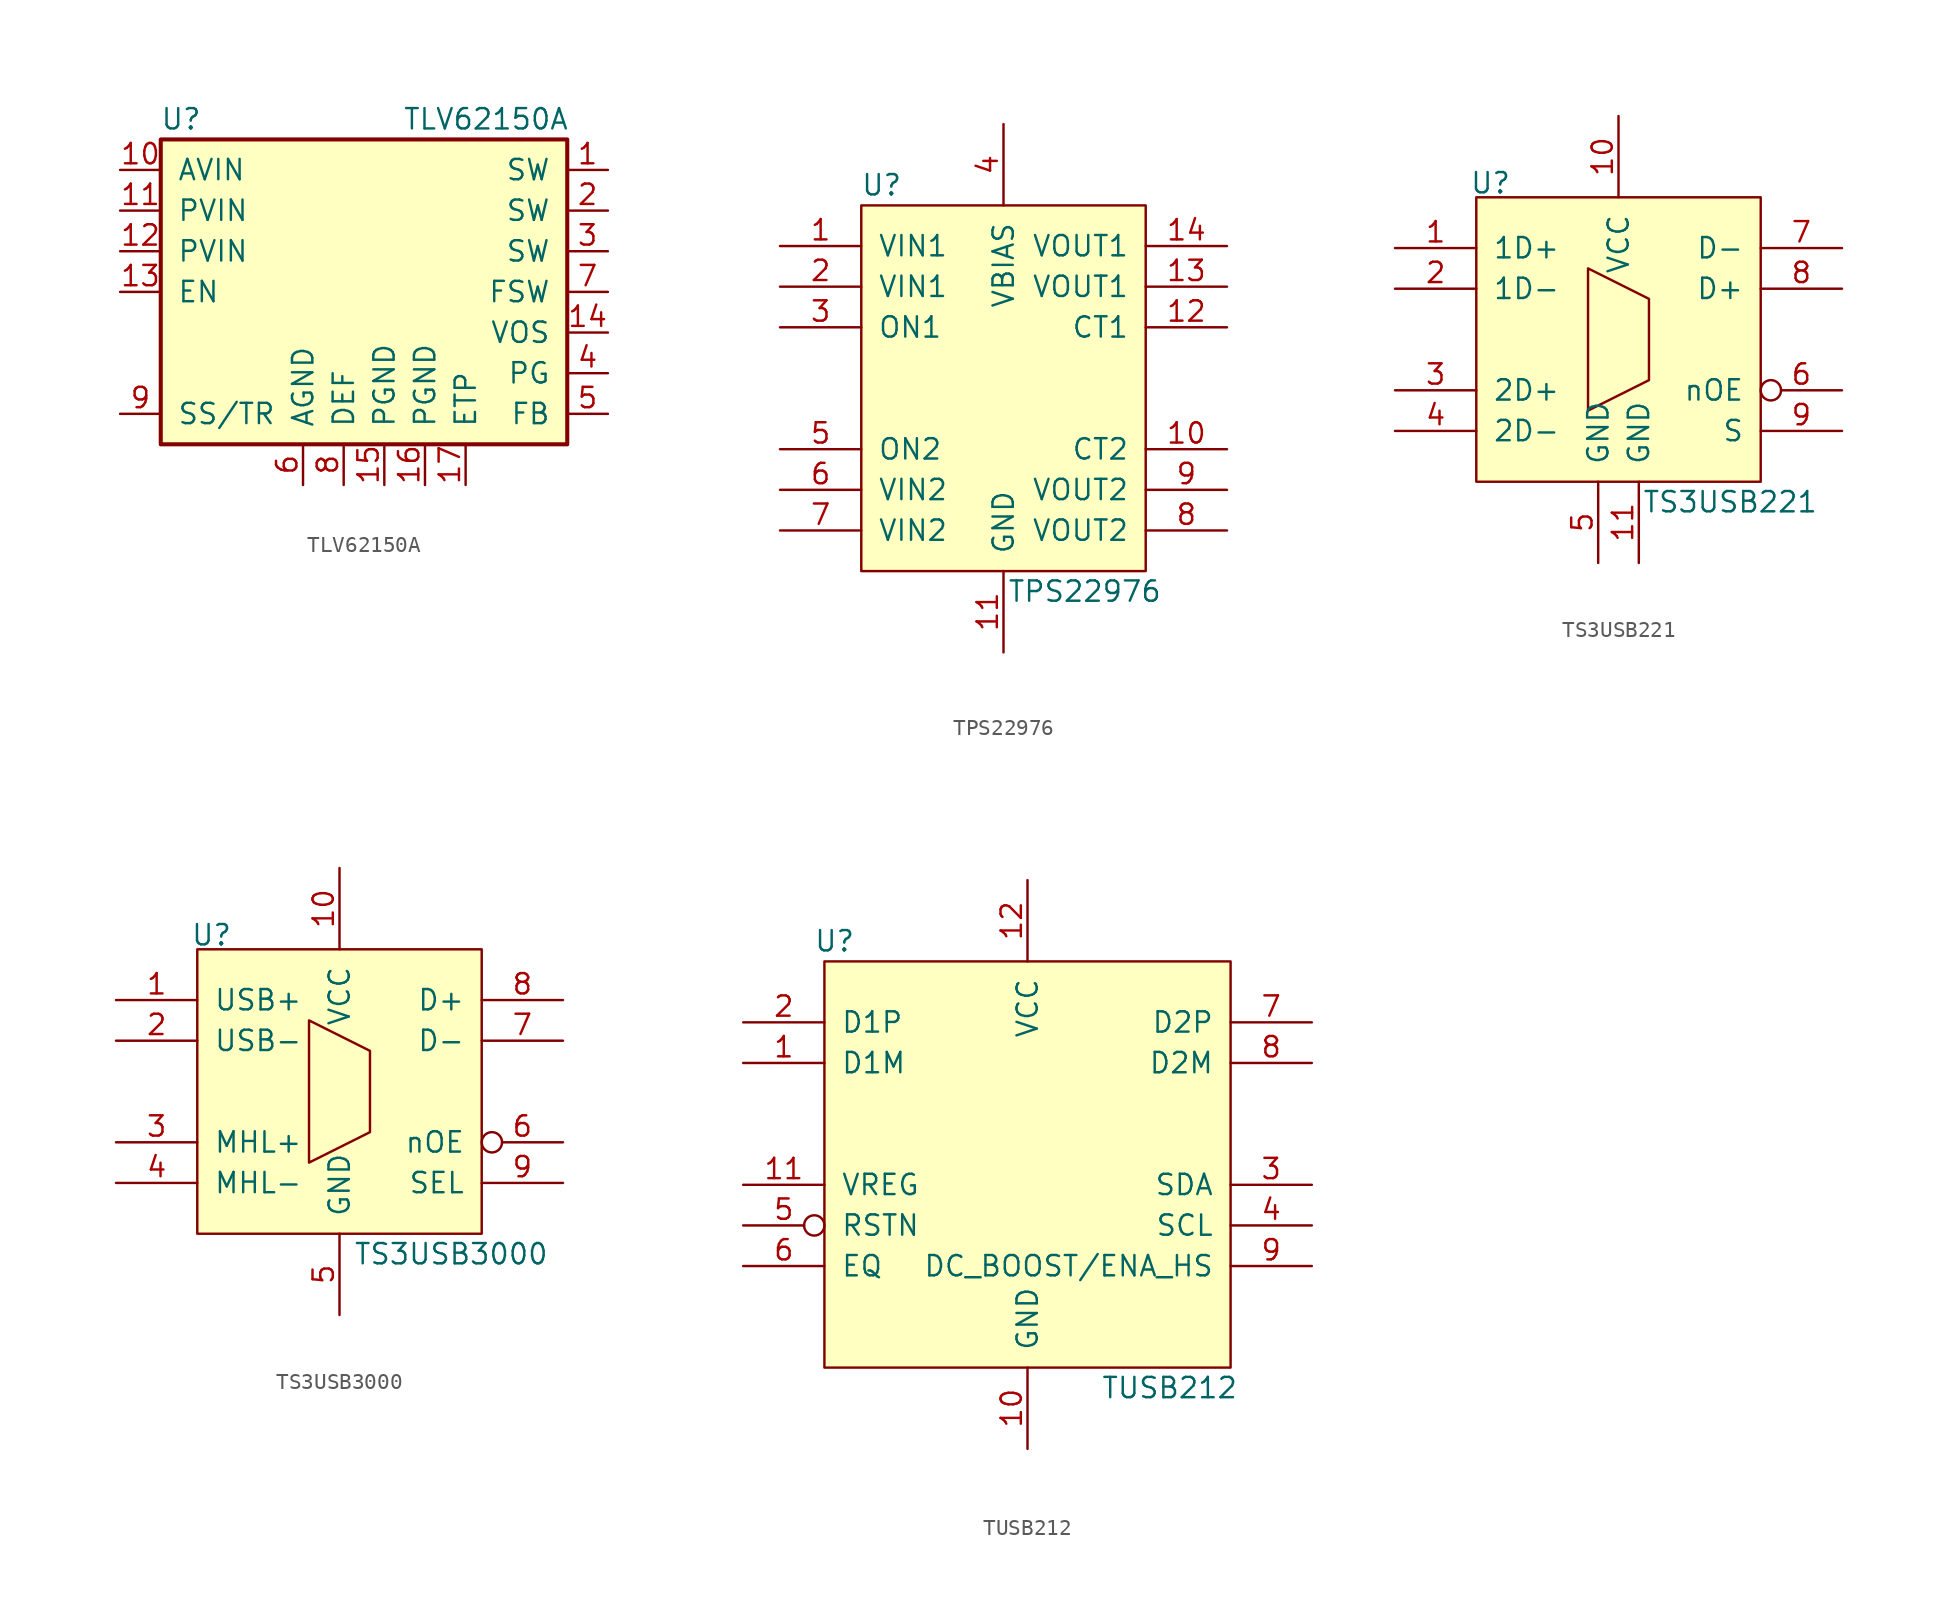
<source format=kicad_sym>
(kicad_symbol_lib
  (version 20220914)
  (generator kicad_symbol_editor)
  (symbol "TLV62150A"
    (pin_names
      (offset 1.016))
    (property "Reference" "U"
      (at -11.43 10.16 0)
      (effects (font (size 1.27 1.27))))
    (property "Value" "TLV62150A"
      (at 7.62 10.16 0)
      (effects (font (size 1.27 1.27))))
    (symbol "TLV62150A_0_1"
      (rectangle (start 12.7 -10.16) (end -12.7 8.89) (stroke (width 0.254) (type default)) (fill (type background))))
    (symbol "TLV62150A_1_1"
      (pin output line (at 15.24 6.985 180) (length 2.54) (name "SW" (effects (font (size 1.27 1.27)))) (number "1" (effects (font (size 1.27 1.27)))))
      (pin power_in line (at -15.24 6.985 0) (length 2.54) (name "AVIN" (effects (font (size 1.27 1.27)))) (number "10" (effects (font (size 1.27 1.27)))))
      (pin power_in line (at -15.24 4.445 0) (length 2.54) (name "PVIN" (effects (font (size 1.27 1.27)))) (number "11" (effects (font (size 1.27 1.27)))))
      (pin power_in line (at -15.24 1.905 0) (length 2.54) (name "PVIN" (effects (font (size 1.27 1.27)))) (number "12" (effects (font (size 1.27 1.27)))))
      (pin input line (at -15.24 -0.635 0) (length 2.54) (name "EN" (effects (font (size 1.27 1.27)))) (number "13" (effects (font (size 1.27 1.27)))))
      (pin input line (at 15.24 -3.175 180) (length 2.54) (name "VOS" (effects (font (size 1.27 1.27)))) (number "14" (effects (font (size 1.27 1.27)))))
      (pin power_in line (at 1.27 -12.7 90) (length 2.54) (name "PGND" (effects (font (size 1.27 1.27)))) (number "15" (effects (font (size 1.27 1.27)))))
      (pin power_in line (at 3.81 -12.7 90) (length 2.54) (name "PGND" (effects (font (size 1.27 1.27)))) (number "16" (effects (font (size 1.27 1.27)))))
      (pin power_in line (at 6.35 -12.7 90) (length 2.54) (name "ETP" (effects (font (size 1.27 1.27)))) (number "17" (effects (font (size 1.27 1.27)))))
      (pin passive line (at 15.24 4.445 180) (length 2.54) (name "SW" (effects (font (size 1.27 1.27)))) (number "2" (effects (font (size 1.27 1.27)))))
      (pin passive line (at 15.24 1.905 180) (length 2.54) (name "SW" (effects (font (size 1.27 1.27)))) (number "3" (effects (font (size 1.27 1.27)))))
      (pin output line (at 15.24 -5.715 180) (length 2.54) (name "PG" (effects (font (size 1.27 1.27)))) (number "4" (effects (font (size 1.27 1.27)))))
      (pin input line (at 15.24 -8.255 180) (length 2.54) (name "FB" (effects (font (size 1.27 1.27)))) (number "5" (effects (font (size 1.27 1.27)))))
      (pin power_in line (at -3.81 -12.7 90) (length 2.54) (name "AGND" (effects (font (size 1.27 1.27)))) (number "6" (effects (font (size 1.27 1.27)))))
      (pin input line (at 15.24 -0.635 180) (length 2.54) (name "FSW" (effects (font (size 1.27 1.27)))) (number "7" (effects (font (size 1.27 1.27)))))
      (pin input line (at -1.27 -12.7 90) (length 2.54) (name "DEF" (effects (font (size 1.27 1.27)))) (number "8" (effects (font (size 1.27 1.27)))))
      (pin input line (at -15.24 -8.255 0) (length 2.54) (name "SS/TR" (effects (font (size 1.27 1.27)))) (number "9" (effects (font (size 1.27 1.27)))))))
  (symbol "TPS22976"
    (pin_names
      (offset 1.016))
    (property "Reference" "U"
      (at -7.62 12.7 0)
      (effects (font (size 1.27 1.27))))
    (property "Value" "TPS22976"
      (at 5.08 -12.7 0)
      (effects (font (size 1.27 1.27))))
    (symbol "TPS22976_0_1"
      (rectangle (start -8.89 11.43) (end 8.89 -11.43) (stroke (width 0) (type default)) (fill (type background))))
    (symbol "TPS22976_1_1"
      (pin power_in line (at -13.97 8.89 0) (length 5.08) (name "VIN1" (effects (font (size 1.27 1.27)))) (number "1" (effects (font (size 1.27 1.27)))))
      (pin passive line (at 13.97 -3.81 180) (length 5.08) (name "CT2" (effects (font (size 1.27 1.27)))) (number "10" (effects (font (size 1.27 1.27)))))
      (pin power_in line (at 0 -16.51 90) (length 5.08) (name "GND" (effects (font (size 1.27 1.27)))) (number "11" (effects (font (size 1.27 1.27)))))
      (pin passive line (at 13.97 3.81 180) (length 5.08) (name "CT1" (effects (font (size 1.27 1.27)))) (number "12" (effects (font (size 1.27 1.27)))))
      (pin passive line (at 13.97 6.35 180) (length 5.08) (name "VOUT1" (effects (font (size 1.27 1.27)))) (number "13" (effects (font (size 1.27 1.27)))))
      (pin power_out line (at 13.97 8.89 180) (length 5.08) (name "VOUT1" (effects (font (size 1.27 1.27)))) (number "14" (effects (font (size 1.27 1.27)))))
      (pin power_in line (at -13.97 6.35 0) (length 5.08) (name "VIN1" (effects (font (size 1.27 1.27)))) (number "2" (effects (font (size 1.27 1.27)))))
      (pin input line (at -13.97 3.81 0) (length 5.08) (name "ON1" (effects (font (size 1.27 1.27)))) (number "3" (effects (font (size 1.27 1.27)))))
      (pin power_in line (at 0 16.51 270) (length 5.08) (name "VBIAS" (effects (font (size 1.27 1.27)))) (number "4" (effects (font (size 1.27 1.27)))))
      (pin input line (at -13.97 -3.81 0) (length 5.08) (name "ON2" (effects (font (size 1.27 1.27)))) (number "5" (effects (font (size 1.27 1.27)))))
      (pin power_in line (at -13.97 -6.35 0) (length 5.08) (name "VIN2" (effects (font (size 1.27 1.27)))) (number "6" (effects (font (size 1.27 1.27)))))
      (pin power_in line (at -13.97 -8.89 0) (length 5.08) (name "VIN2" (effects (font (size 1.27 1.27)))) (number "7" (effects (font (size 1.27 1.27)))))
      (pin power_out line (at 13.97 -8.89 180) (length 5.08) (name "VOUT2" (effects (font (size 1.27 1.27)))) (number "8" (effects (font (size 1.27 1.27)))))
      (pin passive line (at 13.97 -6.35 180) (length 5.08) (name "VOUT2" (effects (font (size 1.27 1.27)))) (number "9" (effects (font (size 1.27 1.27)))))))
  (symbol "TS3USB221"
    (pin_names
      (offset 1.016))
    (property "Reference" "U"
      (at -8.001 9.779 0)
      (effects (font (size 1.27 1.27))))
    (property "Value" "TS3USB221"
      (at 6.985 -10.16 0)
      (effects (font (size 1.27 1.27))))
    (symbol "TS3USB221_0_1"
      (rectangle (start -8.89 8.89) (end 8.89 -8.89) (stroke (width 0) (type default)) (fill (type background)))
      (polyline (pts (xy -1.905 4.445) (xy -1.905 -4.445) (xy 1.905 -2.54) (xy 1.905 2.54) (xy -1.905 4.445)) (stroke (width 0) (type default)) (fill (type none))))
    (symbol "TS3USB221_1_1"
      (pin bidirectional line (at -13.97 5.715 0) (length 5.08) (name "1D+" (effects (font (size 1.27 1.27)))) (number "1" (effects (font (size 1.27 1.27)))))
      (pin power_in line (at 0 13.97 270) (length 5.08) (name "VCC" (effects (font (size 1.27 1.27)))) (number "10" (effects (font (size 1.27 1.27)))))
      (pin passive line (at 1.27 -13.97 90) (length 5.08) (name "GND" (effects (font (size 1.27 1.27)))) (number "11" (effects (font (size 1.27 1.27)))))
      (pin bidirectional line (at -13.97 3.175 0) (length 5.08) (name "1D-" (effects (font (size 1.27 1.27)))) (number "2" (effects (font (size 1.27 1.27)))))
      (pin bidirectional line (at -13.97 -3.175 0) (length 5.08) (name "2D+" (effects (font (size 1.27 1.27)))) (number "3" (effects (font (size 1.27 1.27)))))
      (pin bidirectional line (at -13.97 -5.715 0) (length 5.08) (name "2D-" (effects (font (size 1.27 1.27)))) (number "4" (effects (font (size 1.27 1.27)))))
      (pin passive line (at -1.27 -13.97 90) (length 5.08) (name "GND" (effects (font (size 1.27 1.27)))) (number "5" (effects (font (size 1.27 1.27)))))
      (pin input inverted (at 13.97 -3.175 180) (length 5.08) (name "nOE" (effects (font (size 1.27 1.27)))) (number "6" (effects (font (size 1.27 1.27)))))
      (pin bidirectional line (at 13.97 5.715 180) (length 5.08) (name "D-" (effects (font (size 1.27 1.27)))) (number "7" (effects (font (size 1.27 1.27)))))
      (pin bidirectional line (at 13.97 3.175 180) (length 5.08) (name "D+" (effects (font (size 1.27 1.27)))) (number "8" (effects (font (size 1.27 1.27)))))
      (pin input line (at 13.97 -5.715 180) (length 5.08) (name "S" (effects (font (size 1.27 1.27)))) (number "9" (effects (font (size 1.27 1.27)))))))
  (symbol "TS3USB3000"
    (pin_names
      (offset 1.016))
    (property "Reference" "U"
      (at -8.001 9.779 0)
      (effects (font (size 1.27 1.27))))
    (property "Value" "TS3USB3000"
      (at 6.985 -10.16 0)
      (effects (font (size 1.27 1.27))))
    (symbol "TS3USB3000_0_1"
      (rectangle (start -8.89 8.89) (end 8.89 -8.89) (stroke (width 0) (type default)) (fill (type background)))
      (polyline (pts (xy -1.905 4.445) (xy -1.905 -4.445) (xy 1.905 -2.54) (xy 1.905 2.54) (xy -1.905 4.445)) (stroke (width 0) (type default)) (fill (type none))))
    (symbol "TS3USB3000_1_1"
      (pin bidirectional line (at -13.97 5.715 0) (length 5.08) (name "USB+" (effects (font (size 1.27 1.27)))) (number "1" (effects (font (size 1.27 1.27)))))
      (pin power_in line (at 0 13.97 270) (length 5.08) (name "VCC" (effects (font (size 1.27 1.27)))) (number "10" (effects (font (size 1.27 1.27)))))
      (pin bidirectional line (at -13.97 3.175 0) (length 5.08) (name "USB-" (effects (font (size 1.27 1.27)))) (number "2" (effects (font (size 1.27 1.27)))))
      (pin bidirectional line (at -13.97 -3.175 0) (length 5.08) (name "MHL+" (effects (font (size 1.27 1.27)))) (number "3" (effects (font (size 1.27 1.27)))))
      (pin bidirectional line (at -13.97 -5.715 0) (length 5.08) (name "MHL-" (effects (font (size 1.27 1.27)))) (number "4" (effects (font (size 1.27 1.27)))))
      (pin passive line (at 0 -13.97 90) (length 5.08) (name "GND" (effects (font (size 1.27 1.27)))) (number "5" (effects (font (size 1.27 1.27)))))
      (pin input inverted (at 13.97 -3.175 180) (length 5.08) (name "nOE" (effects (font (size 1.27 1.27)))) (number "6" (effects (font (size 1.27 1.27)))))
      (pin bidirectional line (at 13.97 3.175 180) (length 5.08) (name "D-" (effects (font (size 1.27 1.27)))) (number "7" (effects (font (size 1.27 1.27)))))
      (pin bidirectional line (at 13.97 5.715 180) (length 5.08) (name "D+" (effects (font (size 1.27 1.27)))) (number "8" (effects (font (size 1.27 1.27)))))
      (pin input line (at 13.97 -5.715 180) (length 5.08) (name "SEL" (effects (font (size 1.27 1.27)))) (number "9" (effects (font (size 1.27 1.27)))))))
  (symbol "TUSB212"
    (pin_names
      (offset 1.016))
    (property "Reference" "U"
      (at -12.065 13.97 0)
      (effects (font (size 1.27 1.27))))
    (property "Value" "TUSB212"
      (at 8.89 -13.97 0)
      (effects (font (size 1.27 1.27))))
    (symbol "TUSB212_0_1"
      (rectangle (start -12.7 12.7) (end 12.7 -12.7) (stroke (width 0) (type default)) (fill (type background))))
    (symbol "TUSB212_1_1"
      (pin bidirectional line (at -17.78 6.35 0) (length 5.08) (name "D1M" (effects (font (size 1.27 1.27)))) (number "1" (effects (font (size 1.27 1.27)))))
      (pin passive line (at 0 -17.78 90) (length 5.08) (name "GND" (effects (font (size 1.27 1.27)))) (number "10" (effects (font (size 1.27 1.27)))))
      (pin output line (at -17.78 -1.27 0) (length 5.08) (name "VREG" (effects (font (size 1.27 1.27)))) (number "11" (effects (font (size 1.27 1.27)))))
      (pin power_in line (at 0 17.78 270) (length 5.08) (name "VCC" (effects (font (size 1.27 1.27)))) (number "12" (effects (font (size 1.27 1.27)))))
      (pin bidirectional line (at -17.78 8.89 0) (length 5.08) (name "D1P" (effects (font (size 1.27 1.27)))) (number "2" (effects (font (size 1.27 1.27)))))
      (pin bidirectional line (at 17.78 -1.27 180) (length 5.08) (name "SDA" (effects (font (size 1.27 1.27)))) (number "3" (effects (font (size 1.27 1.27)))))
      (pin bidirectional line (at 17.78 -3.81 180) (length 5.08) (name "SCL" (effects (font (size 1.27 1.27)))) (number "4" (effects (font (size 1.27 1.27)))))
      (pin input inverted (at -17.78 -3.81 0) (length 5.08) (name "RSTN" (effects (font (size 1.27 1.27)))) (number "5" (effects (font (size 1.27 1.27)))))
      (pin input line (at -17.78 -6.35 0) (length 5.08) (name "EQ" (effects (font (size 1.27 1.27)))) (number "6" (effects (font (size 1.27 1.27)))))
      (pin bidirectional line (at 17.78 8.89 180) (length 5.08) (name "D2P" (effects (font (size 1.27 1.27)))) (number "7" (effects (font (size 1.27 1.27)))))
      (pin bidirectional line (at 17.78 6.35 180) (length 5.08) (name "D2M" (effects (font (size 1.27 1.27)))) (number "8" (effects (font (size 1.27 1.27)))))
      (pin bidirectional line (at 17.78 -6.35 180) (length 5.08) (name "DC_BOOST/ENA_HS" (effects (font (size 1.27 1.27)))) (number "9" (effects (font (size 1.27 1.27))))))))
</source>
